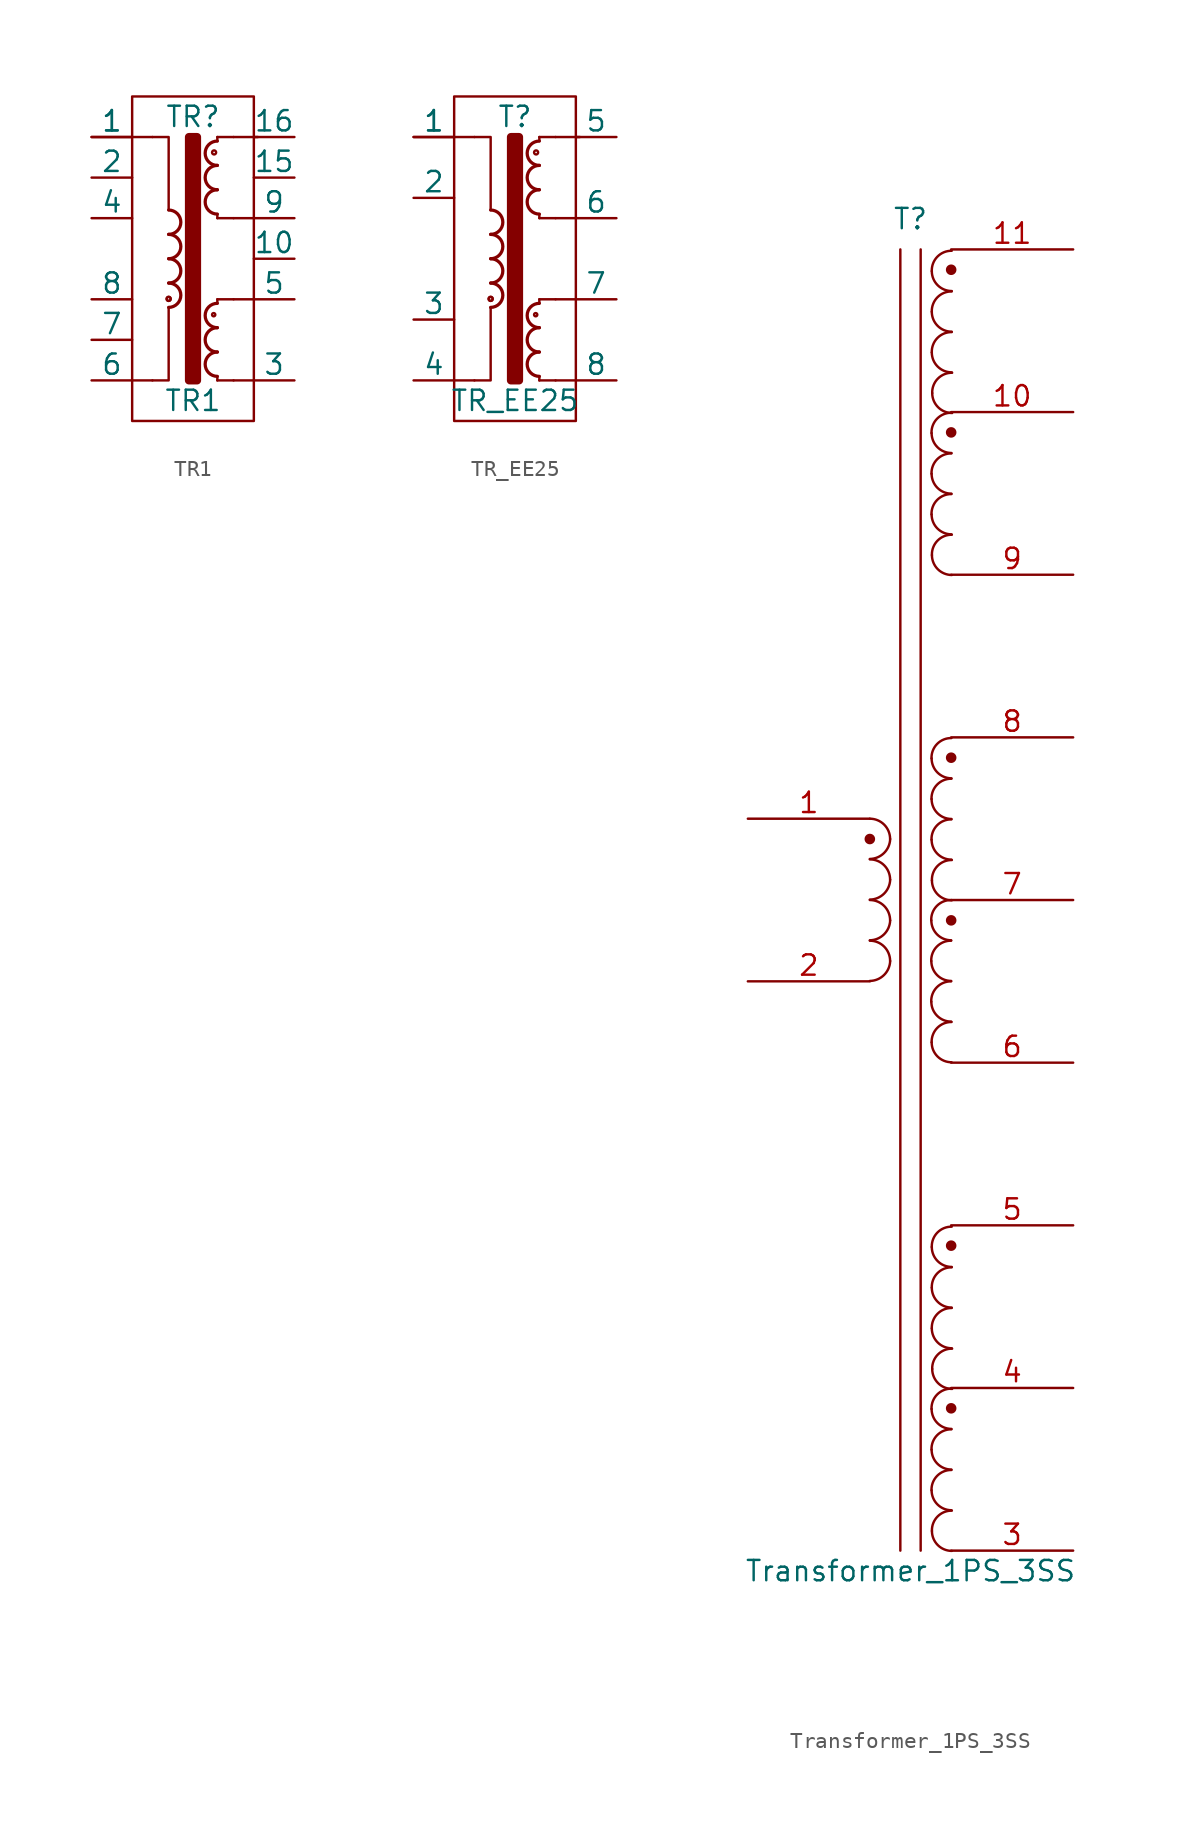
<source format=kicad_sym>
(kicad_symbol_lib
  (version 20231120)
  (generator "kicad_symbol_editor")
  (generator_version "8.0")
  (symbol "TR1"
    (pin_numbers hide)
    (pin_names
      (offset 0))
    (property "Reference" "TR"
      (at 0 8.89 0)
      (effects (font (size 1.27 1.27))))
    (property "Value" "TR1"
      (at 0 -8.89 0)
      (effects (font (size 1.27 1.27))))
    (symbol "TR1_0_1"
      (rectangle (start -3.81 10.16) (end 3.81 -10.16) (stroke (width 0) (type default)) (fill (type none)))
      (arc (start -1.524 -3.048) (mid -0.7653 -2.286) (end -1.524 -1.524) (stroke (width 0.2032) (type default)) (fill (type none)))
      (circle (center -1.524 -2.515) (radius 0.127) (stroke (width 0) (type default)) (fill (type none)))
      (circle (center -1.524 -2.515) (radius 0.127) (stroke (width 0) (type default)) (fill (type none)))
      (arc (start -1.524 -1.524) (mid -0.7653 -0.762) (end -1.524 0) (stroke (width 0.2032) (type default)) (fill (type none)))
      (arc (start -1.524 0) (mid -0.7653 0.762) (end -1.524 1.524) (stroke (width 0.2032) (type default)) (fill (type none)))
      (arc (start -1.524 1.524) (mid -0.7653 2.286) (end -1.524 3.048) (stroke (width 0.2032) (type default)) (fill (type none)))
      (rectangle (start -0.254 7.62) (end 0.254 -7.62) (stroke (width 0.508) (type default)) (fill (type outline)))
      (polyline (pts (xy -2.54 -7.62) (xy -3.81 -7.62)) (stroke (width 0) (type default)) (fill (type none)))
      (polyline (pts (xy -2.54 7.62) (xy -3.81 7.62)) (stroke (width 0) (type default)) (fill (type none)))
      (polyline (pts (xy 2.54 -7.62) (xy 3.81 -7.62)) (stroke (width 0) (type default)) (fill (type none)))
      (polyline (pts (xy 2.54 -2.54) (xy 3.81 -2.54)) (stroke (width 0) (type default)) (fill (type none)))
      (polyline (pts (xy 2.54 2.54) (xy 3.81 2.54)) (stroke (width 0) (type default)) (fill (type none)))
      (polyline (pts (xy 2.54 7.62) (xy 4.064 7.62)) (stroke (width 0) (type default)) (fill (type none)))
      (polyline (pts (xy -1.524 3.048) (xy -1.524 7.62) (xy -2.54 7.62)) (stroke (width 0) (type default)) (fill (type none)))
      (polyline (pts (xy 1.524 -7.366) (xy 1.524 -7.62) (xy 1.524 -7.62)) (stroke (width 0) (type default)) (fill (type outline)))
      (polyline (pts (xy 1.524 -2.54) (xy 1.524 -2.794) (xy 1.524 -2.794)) (stroke (width 0) (type default)) (fill (type outline)))
      (polyline (pts (xy 1.524 -2.54) (xy 2.54 -2.54) (xy 2.54 -2.54)) (stroke (width 0) (type default)) (fill (type none)))
      (polyline (pts (xy 1.524 2.54) (xy 1.524 2.794) (xy 1.524 2.794)) (stroke (width 0) (type default)) (fill (type outline)))
      (polyline (pts (xy 1.524 2.54) (xy 2.54 2.54) (xy 2.54 2.54)) (stroke (width 0) (type default)) (fill (type none)))
      (polyline (pts (xy 1.524 7.62) (xy 1.524 7.366) (xy 1.524 7.366)) (stroke (width 0) (type default)) (fill (type outline)))
      (polyline (pts (xy 1.524 7.62) (xy 2.54 7.62) (xy 2.54 7.62)) (stroke (width 0) (type default)) (fill (type none)))
      (polyline (pts (xy 2.54 -7.62) (xy 1.524 -7.62) (xy 1.524 -7.62)) (stroke (width 0) (type default)) (fill (type none)))
      (polyline (pts (xy -2.54 -7.62) (xy -1.524 -7.62) (xy -1.524 -3.048) (xy -1.524 -4.318)) (stroke (width 0) (type default)) (fill (type none)))
      (circle (center 1.295 -3.505) (radius 0.102) (stroke (width 0) (type default)) (fill (type none)))
      (circle (center 1.321 6.655) (radius 0.127) (stroke (width 0) (type default)) (fill (type none)))
      (arc (start 1.524 -5.842) (mid 0.7653 -6.604) (end 1.524 -7.366) (stroke (width 0.2032) (type default)) (fill (type none)))
      (arc (start 1.524 -4.318) (mid 0.7653 -5.08) (end 1.524 -5.842) (stroke (width 0.2032) (type default)) (fill (type none)))
      (arc (start 1.524 -2.794) (mid 0.7653 -3.556) (end 1.524 -4.318) (stroke (width 0.2032) (type default)) (fill (type none)))
      (arc (start 1.524 4.318) (mid 0.7653 3.556) (end 1.524 2.794) (stroke (width 0.2032) (type default)) (fill (type none)))
      (arc (start 1.524 5.842) (mid 0.7653 5.08) (end 1.524 4.318) (stroke (width 0.2032) (type default)) (fill (type none)))
      (arc (start 1.524 7.366) (mid 0.7653 6.604) (end 1.524 5.842) (stroke (width 0.2032) (type default)) (fill (type none))))
    (symbol "TR1_1_1"
      (pin passive line (at -6.35 7.62 0) (length 2.54) (name "1" (effects (font (size 1.27 1.27)))) (number "1" (effects (font (size 1.27 1.27)))))
      (pin passive line (at -6.35 7.62 0) (length 2.54) (name "1" (effects (font (size 1.27 1.27)))) (number "1" (effects (font (size 1.27 1.27)))))
      (pin passive line (at 6.35 0 180) (length 2.54) (name "10" (effects (font (size 1.27 1.27)))) (number "10" (effects (font (size 1.27 1.27)))))
      (pin passive line (at 6.35 5.08 180) (length 2.54) (name "15" (effects (font (size 1.27 1.27)))) (number "15" (effects (font (size 1.27 1.27)))))
      (pin passive line (at 6.35 7.62 180) (length 2.54) (name "16" (effects (font (size 1.27 1.27)))) (number "16" (effects (font (size 1.27 1.27)))))
      (pin passive line (at -6.35 5.08 0) (length 2.54) (name "2" (effects (font (size 1.27 1.27)))) (number "2" (effects (font (size 1.27 1.27)))))
      (pin passive line (at 6.35 -7.62 180) (length 2.54) (name "3" (effects (font (size 1.27 1.27)))) (number "3" (effects (font (size 1.27 1.27)))))
      (pin passive line (at -6.35 2.54 0) (length 2.54) (name "4" (effects (font (size 1.27 1.27)))) (number "4" (effects (font (size 1.27 1.27)))))
      (pin passive line (at 6.35 -2.54 180) (length 2.54) (name "5" (effects (font (size 1.27 1.27)))) (number "5" (effects (font (size 1.27 1.27)))))
      (pin passive line (at -6.35 -7.62 0) (length 2.54) (name "6" (effects (font (size 1.27 1.27)))) (number "6" (effects (font (size 1.27 1.27)))))
      (pin passive line (at -6.35 -5.08 0) (length 2.54) (name "7" (effects (font (size 1.27 1.27)))) (number "7" (effects (font (size 1.27 1.27)))))
      (pin passive line (at -6.35 -2.54 0) (length 2.54) (name "8" (effects (font (size 1.27 1.27)))) (number "8" (effects (font (size 1.27 1.27)))))
      (pin passive line (at 6.35 2.54 180) (length 2.54) (name "9" (effects (font (size 1.27 1.27)))) (number "9" (effects (font (size 1.27 1.27)))))))
  (symbol "TR_EE25"
    (pin_numbers hide)
    (pin_names
      (offset 0))
    (property "Reference" "T"
      (at 0 8.89 0)
      (effects (font (size 1.27 1.27))))
    (property "Value" "TR_EE25"
      (at 0 -8.89 0)
      (effects (font (size 1.27 1.27))))
    (symbol "TR_EE25_0_1"
      (rectangle (start -3.81 10.16) (end 3.81 -10.16) (stroke (width 0) (type default)) (fill (type none)))
      (arc (start -1.524 -3.048) (mid -0.7653 -2.286) (end -1.524 -1.524) (stroke (width 0.2032) (type default)) (fill (type none)))
      (circle (center -1.524 -2.515) (radius 0.127) (stroke (width 0) (type default)) (fill (type none)))
      (circle (center -1.524 -2.515) (radius 0.127) (stroke (width 0) (type default)) (fill (type none)))
      (arc (start -1.524 -1.524) (mid -0.7653 -0.762) (end -1.524 0) (stroke (width 0.2032) (type default)) (fill (type none)))
      (arc (start -1.524 0) (mid -0.7653 0.762) (end -1.524 1.524) (stroke (width 0.2032) (type default)) (fill (type none)))
      (arc (start -1.524 1.524) (mid -0.7653 2.286) (end -1.524 3.048) (stroke (width 0.2032) (type default)) (fill (type none)))
      (rectangle (start -0.254 7.62) (end 0.254 -7.62) (stroke (width 0.508) (type default)) (fill (type outline)))
      (polyline (pts (xy -2.54 -7.62) (xy -3.81 -7.62)) (stroke (width 0) (type default)) (fill (type none)))
      (polyline (pts (xy -2.54 7.62) (xy -3.81 7.62)) (stroke (width 0) (type default)) (fill (type none)))
      (polyline (pts (xy 2.54 -7.62) (xy 3.81 -7.62)) (stroke (width 0) (type default)) (fill (type none)))
      (polyline (pts (xy 2.54 -2.54) (xy 3.81 -2.54)) (stroke (width 0) (type default)) (fill (type none)))
      (polyline (pts (xy 2.54 2.54) (xy 3.81 2.54)) (stroke (width 0) (type default)) (fill (type none)))
      (polyline (pts (xy 2.54 7.62) (xy 4.064 7.62)) (stroke (width 0) (type default)) (fill (type none)))
      (polyline (pts (xy -1.524 3.048) (xy -1.524 7.62) (xy -2.54 7.62)) (stroke (width 0) (type default)) (fill (type none)))
      (polyline (pts (xy 1.524 -7.366) (xy 1.524 -7.62) (xy 1.524 -7.62)) (stroke (width 0) (type default)) (fill (type outline)))
      (polyline (pts (xy 1.524 -2.54) (xy 1.524 -2.794) (xy 1.524 -2.794)) (stroke (width 0) (type default)) (fill (type outline)))
      (polyline (pts (xy 1.524 -2.54) (xy 2.54 -2.54) (xy 2.54 -2.54)) (stroke (width 0) (type default)) (fill (type none)))
      (polyline (pts (xy 1.524 2.54) (xy 1.524 2.794) (xy 1.524 2.794)) (stroke (width 0) (type default)) (fill (type outline)))
      (polyline (pts (xy 1.524 2.54) (xy 2.54 2.54) (xy 2.54 2.54)) (stroke (width 0) (type default)) (fill (type none)))
      (polyline (pts (xy 1.524 7.62) (xy 1.524 7.366) (xy 1.524 7.366)) (stroke (width 0) (type default)) (fill (type outline)))
      (polyline (pts (xy 1.524 7.62) (xy 2.54 7.62) (xy 2.54 7.62)) (stroke (width 0) (type default)) (fill (type none)))
      (polyline (pts (xy 2.54 -7.62) (xy 1.524 -7.62) (xy 1.524 -7.62)) (stroke (width 0) (type default)) (fill (type none)))
      (polyline (pts (xy -2.54 -7.62) (xy -1.524 -7.62) (xy -1.524 -3.048) (xy -1.524 -4.318)) (stroke (width 0) (type default)) (fill (type none)))
      (circle (center 1.295 -3.505) (radius 0.102) (stroke (width 0) (type default)) (fill (type none)))
      (circle (center 1.321 6.655) (radius 0.127) (stroke (width 0) (type default)) (fill (type none)))
      (arc (start 1.524 -5.842) (mid 0.7653 -6.604) (end 1.524 -7.366) (stroke (width 0.2032) (type default)) (fill (type none)))
      (arc (start 1.524 -4.318) (mid 0.7653 -5.08) (end 1.524 -5.842) (stroke (width 0.2032) (type default)) (fill (type none)))
      (arc (start 1.524 -2.794) (mid 0.7653 -3.556) (end 1.524 -4.318) (stroke (width 0.2032) (type default)) (fill (type none)))
      (arc (start 1.524 4.318) (mid 0.7653 3.556) (end 1.524 2.794) (stroke (width 0.2032) (type default)) (fill (type none)))
      (arc (start 1.524 5.842) (mid 0.7653 5.08) (end 1.524 4.318) (stroke (width 0.2032) (type default)) (fill (type none)))
      (arc (start 1.524 7.366) (mid 0.7653 6.604) (end 1.524 5.842) (stroke (width 0.2032) (type default)) (fill (type none))))
    (symbol "TR_EE25_1_1"
      (pin passive line (at -6.35 7.62 0) (length 2.54) (name "1" (effects (font (size 1.27 1.27)))) (number "1" (effects (font (size 1.27 1.27)))))
      (pin passive line (at -6.35 7.62 0) (length 2.54) (name "1" (effects (font (size 1.27 1.27)))) (number "1" (effects (font (size 1.27 1.27)))))
      (pin passive line (at -6.35 3.81 0) (length 2.54) (name "2" (effects (font (size 1.27 1.27)))) (number "2" (effects (font (size 1.27 1.27)))))
      (pin passive line (at -6.35 -3.81 0) (length 2.54) (name "3" (effects (font (size 1.27 1.27)))) (number "3" (effects (font (size 1.27 1.27)))))
      (pin passive line (at -6.35 -7.62 0) (length 2.54) (name "4" (effects (font (size 1.27 1.27)))) (number "4" (effects (font (size 1.27 1.27)))))
      (pin passive line (at 6.35 7.62 180) (length 2.54) (name "5" (effects (font (size 1.27 1.27)))) (number "5" (effects (font (size 1.27 1.27)))))
      (pin passive line (at 6.35 2.54 180) (length 2.54) (name "6" (effects (font (size 1.27 1.27)))) (number "6" (effects (font (size 1.27 1.27)))))
      (pin passive line (at 6.35 -2.54 180) (length 2.54) (name "7" (effects (font (size 1.27 1.27)))) (number "7" (effects (font (size 1.27 1.27)))))
      (pin passive line (at 6.35 -7.62 180) (length 2.54) (name "8" (effects (font (size 1.27 1.27)))) (number "8" (effects (font (size 1.27 1.27)))))))
  (symbol "Transformer_1PS_3SS"
    (pin_names
      (offset 1.016) hide)
    (property "Reference" "T"
      (at 0 42.545 0)
      (effects (font (size 1.27 1.27))))
    (property "Value" "Transformer_1PS_3SS"
      (at 0 -41.91 0)
      (effects (font (size 1.27 1.27))))
    (symbol "Transformer_1PS_3SS_0_1"
      (arc (start -2.54 -5.0546) (mid -1.6561 -4.6863) (end -1.27 -3.81) (stroke (width 0) (type default)) (fill (type none)))
      (arc (start -2.54 -2.5146) (mid -1.6561 -2.1463) (end -1.27 -1.27) (stroke (width 0) (type default)) (fill (type none)))
      (arc (start -2.54 0.0254) (mid -1.6561 0.3937) (end -1.27 1.27) (stroke (width 0) (type default)) (fill (type none)))
      (arc (start -2.54 2.5654) (mid -1.6561 2.9337) (end -1.27 3.81) (stroke (width 0) (type default)) (fill (type none)))
      (circle (center -2.54 3.81) (radius 0.254) (stroke (width 0.152) (type default)) (fill (type outline)))
      (arc (start -1.27 -3.81) (mid -1.642 -2.912) (end -2.54 -2.54) (stroke (width 0) (type default)) (fill (type none)))
      (arc (start -1.27 -1.27) (mid -1.642 -0.372) (end -2.54 0) (stroke (width 0) (type default)) (fill (type none)))
      (arc (start -1.27 1.27) (mid -1.642 2.168) (end -2.54 2.54) (stroke (width 0) (type default)) (fill (type none)))
      (arc (start -1.27 3.81) (mid -1.642 4.708) (end -2.54 5.08) (stroke (width 0) (type default)) (fill (type none)))
      (polyline (pts (xy -0.635 40.64) (xy -0.635 -40.64)) (stroke (width 0) (type default)) (fill (type none)))
      (polyline (pts (xy 0.635 -40.64) (xy 0.635 40.64)) (stroke (width 0) (type default)) (fill (type none)))
      (arc (start 1.2954 -6.35) (mid 1.6599 -7.2301) (end 2.54 -7.5946) (stroke (width 0) (type default)) (fill (type none)))
      (arc (start 1.2954 -3.81) (mid 1.6599 -4.6901) (end 2.54 -5.0546) (stroke (width 0) (type default)) (fill (type none)))
      (arc (start 1.2954 -1.27) (mid 1.6599 -2.1501) (end 2.54 -2.5146) (stroke (width 0) (type default)) (fill (type none)))
      (arc (start 1.3129 -36.8723) (mid 1.6774 -37.7524) (end 2.5575 -38.1169) (stroke (width 0) (type default)) (fill (type none)))
      (arc (start 1.3129 -34.3323) (mid 1.6774 -35.2124) (end 2.5575 -35.5769) (stroke (width 0) (type default)) (fill (type none)))
      (arc (start 1.3129 -31.7923) (mid 1.6774 -32.6724) (end 2.5575 -33.0369) (stroke (width 0) (type default)) (fill (type none)))
      (arc (start 1.3129 3.7677) (mid 1.6774 2.8876) (end 2.5575 2.5231) (stroke (width 0) (type default)) (fill (type none)))
      (arc (start 1.3129 6.3077) (mid 1.6774 5.4276) (end 2.5575 5.0631) (stroke (width 0) (type default)) (fill (type none)))
      (arc (start 1.3129 8.8477) (mid 1.6774 7.9676) (end 2.5575 7.6031) (stroke (width 0) (type default)) (fill (type none)))
      (arc (start 1.3129 24.0877) (mid 1.6774 23.2076) (end 2.5575 22.8431) (stroke (width 0) (type default)) (fill (type none)))
      (arc (start 1.3129 26.6277) (mid 1.6774 25.7476) (end 2.5575 25.3831) (stroke (width 0) (type default)) (fill (type none)))
      (arc (start 1.3129 29.1677) (mid 1.6774 28.2876) (end 2.5575 27.9231) (stroke (width 0) (type default)) (fill (type none)))
      (arc (start 1.3208 -8.89) (mid 1.6853 -9.7701) (end 2.5654 -10.1346) (stroke (width 0) (type default)) (fill (type none)))
      (arc (start 1.3304 -26.7546) (mid 1.6949 -27.6347) (end 2.575 -27.9992) (stroke (width 0) (type default)) (fill (type none)))
      (arc (start 1.3304 -24.2146) (mid 1.6949 -25.0947) (end 2.575 -25.4592) (stroke (width 0) (type default)) (fill (type none)))
      (arc (start 1.3304 -21.6746) (mid 1.6949 -22.5547) (end 2.575 -22.9192) (stroke (width 0) (type default)) (fill (type none)))
      (arc (start 1.3304 34.2054) (mid 1.6949 33.3253) (end 2.575 32.9608) (stroke (width 0) (type default)) (fill (type none)))
      (arc (start 1.3304 36.7454) (mid 1.6949 35.8653) (end 2.575 35.5008) (stroke (width 0) (type default)) (fill (type none)))
      (arc (start 1.3304 39.2854) (mid 1.6949 38.4053) (end 2.575 38.0408) (stroke (width 0) (type default)) (fill (type none)))
      (arc (start 1.3383 -39.4123) (mid 1.7028 -40.2924) (end 2.5829 -40.6569) (stroke (width 0) (type default)) (fill (type none)))
      (arc (start 1.3383 1.2277) (mid 1.7028 0.3476) (end 2.5829 -0.0169) (stroke (width 0) (type default)) (fill (type none)))
      (arc (start 1.3383 21.5477) (mid 1.7028 20.6676) (end 2.5829 20.3031) (stroke (width 0) (type default)) (fill (type none)))
      (arc (start 1.3558 -29.2946) (mid 1.7203 -30.1747) (end 2.6004 -30.5392) (stroke (width 0) (type default)) (fill (type none)))
      (arc (start 1.3558 31.6654) (mid 1.7203 30.7853) (end 2.6004 30.4208) (stroke (width 0) (type default)) (fill (type none)))
      (circle (center 2.54 -31.75) (radius 0.254) (stroke (width 0.152) (type default)) (fill (type outline)))
      (circle (center 2.54 -21.59) (radius 0.254) (stroke (width 0.152) (type default)) (fill (type outline)))
      (arc (start 2.54 -5.08) (mid 1.6456 -5.4483) (end 1.2954 -6.35) (stroke (width 0) (type default)) (fill (type none)))
      (arc (start 2.54 -2.54) (mid 1.6456 -2.9083) (end 1.2954 -3.81) (stroke (width 0) (type default)) (fill (type none)))
      (circle (center 2.54 -1.27) (radius 0.254) (stroke (width 0.152) (type default)) (fill (type outline)))
      (arc (start 2.54 0) (mid 1.6456 -0.3683) (end 1.2954 -1.27) (stroke (width 0) (type default)) (fill (type none)))
      (circle (center 2.54 8.89) (radius 0.254) (stroke (width 0.152) (type default)) (fill (type outline)))
      (circle (center 2.54 29.21) (radius 0.254) (stroke (width 0.152) (type default)) (fill (type outline)))
      (circle (center 2.54 39.37) (radius 0.254) (stroke (width 0.152) (type default)) (fill (type outline)))
      (arc (start 2.5575 -35.6023) (mid 1.6631 -35.9706) (end 1.3129 -36.8723) (stroke (width 0) (type default)) (fill (type none)))
      (arc (start 2.5575 -33.0623) (mid 1.6631 -33.4306) (end 1.3129 -34.3323) (stroke (width 0) (type default)) (fill (type none)))
      (arc (start 2.5575 -30.5223) (mid 1.6631 -30.8906) (end 1.3129 -31.7923) (stroke (width 0) (type default)) (fill (type none)))
      (arc (start 2.5575 5.0377) (mid 1.6631 4.6694) (end 1.3129 3.7677) (stroke (width 0) (type default)) (fill (type none)))
      (arc (start 2.5575 7.5777) (mid 1.6631 7.2094) (end 1.3129 6.3077) (stroke (width 0) (type default)) (fill (type none)))
      (arc (start 2.5575 10.1177) (mid 1.6631 9.7494) (end 1.3129 8.8477) (stroke (width 0) (type default)) (fill (type none)))
      (arc (start 2.5575 25.3577) (mid 1.6631 24.9894) (end 1.3129 24.0877) (stroke (width 0) (type default)) (fill (type none)))
      (arc (start 2.5575 27.8977) (mid 1.6631 27.5294) (end 1.3129 26.6277) (stroke (width 0) (type default)) (fill (type none)))
      (arc (start 2.5575 30.4377) (mid 1.6631 30.0694) (end 1.3129 29.1677) (stroke (width 0) (type default)) (fill (type none)))
      (arc (start 2.5654 -7.62) (mid 1.671 -7.9883) (end 1.3208 -8.89) (stroke (width 0) (type default)) (fill (type none)))
      (arc (start 2.575 -25.4846) (mid 1.6806 -25.8529) (end 1.3304 -26.7546) (stroke (width 0) (type default)) (fill (type none)))
      (arc (start 2.575 -22.9446) (mid 1.6806 -23.3129) (end 1.3304 -24.2146) (stroke (width 0) (type default)) (fill (type none)))
      (arc (start 2.575 -20.4046) (mid 1.6806 -20.7729) (end 1.3304 -21.6746) (stroke (width 0) (type default)) (fill (type none)))
      (arc (start 2.575 35.4754) (mid 1.6806 35.1071) (end 1.3304 34.2054) (stroke (width 0) (type default)) (fill (type none)))
      (arc (start 2.575 38.0154) (mid 1.6806 37.6471) (end 1.3304 36.7454) (stroke (width 0) (type default)) (fill (type none)))
      (arc (start 2.575 40.5554) (mid 1.6806 40.1871) (end 1.3304 39.2854) (stroke (width 0) (type default)) (fill (type none)))
      (arc (start 2.5829 -38.1423) (mid 1.6885 -38.5106) (end 1.3383 -39.4123) (stroke (width 0) (type default)) (fill (type none)))
      (arc (start 2.5829 2.4977) (mid 1.6885 2.1294) (end 1.3383 1.2277) (stroke (width 0) (type default)) (fill (type none)))
      (arc (start 2.5829 22.8177) (mid 1.6885 22.4494) (end 1.3383 21.5477) (stroke (width 0) (type default)) (fill (type none)))
      (arc (start 2.6004 -28.0246) (mid 1.706 -28.3929) (end 1.3558 -29.2946) (stroke (width 0) (type default)) (fill (type none)))
      (arc (start 2.6004 32.9354) (mid 1.706 32.5671) (end 1.3558 31.6654) (stroke (width 0) (type default)) (fill (type none))))
    (symbol "Transformer_1PS_3SS_1_1"
      (pin passive line (at -10.16 5.08 0) (length 7.62) (name "AA" (effects (font (size 1.27 1.27)))) (number "1" (effects (font (size 1.27 1.27)))))
      (pin passive line (at 10.16 30.48 180) (length 7.62) (name "SA" (effects (font (size 1.27 1.27)))) (number "10" (effects (font (size 1.27 1.27)))))
      (pin passive line (at 10.16 40.64 180) (length 7.62) (name "SA" (effects (font (size 1.27 1.27)))) (number "11" (effects (font (size 1.27 1.27)))))
      (pin passive line (at -10.16 -5.08 0) (length 7.62) (name "AB" (effects (font (size 1.27 1.27)))) (number "2" (effects (font (size 1.27 1.27)))))
      (pin passive line (at 10.16 -40.64 180) (length 7.62) (name "SA" (effects (font (size 1.27 1.27)))) (number "3" (effects (font (size 1.27 1.27)))))
      (pin passive line (at 10.16 -30.48 180) (length 7.62) (name "SA" (effects (font (size 1.27 1.27)))) (number "4" (effects (font (size 1.27 1.27)))))
      (pin passive line (at 10.16 -20.32 180) (length 7.62) (name "SA" (effects (font (size 1.27 1.27)))) (number "5" (effects (font (size 1.27 1.27)))))
      (pin passive line (at 10.16 -10.16 180) (length 7.62) (name "SA" (effects (font (size 1.27 1.27)))) (number "6" (effects (font (size 1.27 1.27)))))
      (pin passive line (at 10.16 0 180) (length 7.62) (name "SA" (effects (font (size 1.27 1.27)))) (number "7" (effects (font (size 1.27 1.27)))))
      (pin passive line (at 10.16 10.16 180) (length 7.62) (name "SA" (effects (font (size 1.27 1.27)))) (number "8" (effects (font (size 1.27 1.27)))))
      (pin passive line (at 10.16 20.32 180) (length 7.62) (name "SA" (effects (font (size 1.27 1.27)))) (number "9" (effects (font (size 1.27 1.27))))))))
</source>
